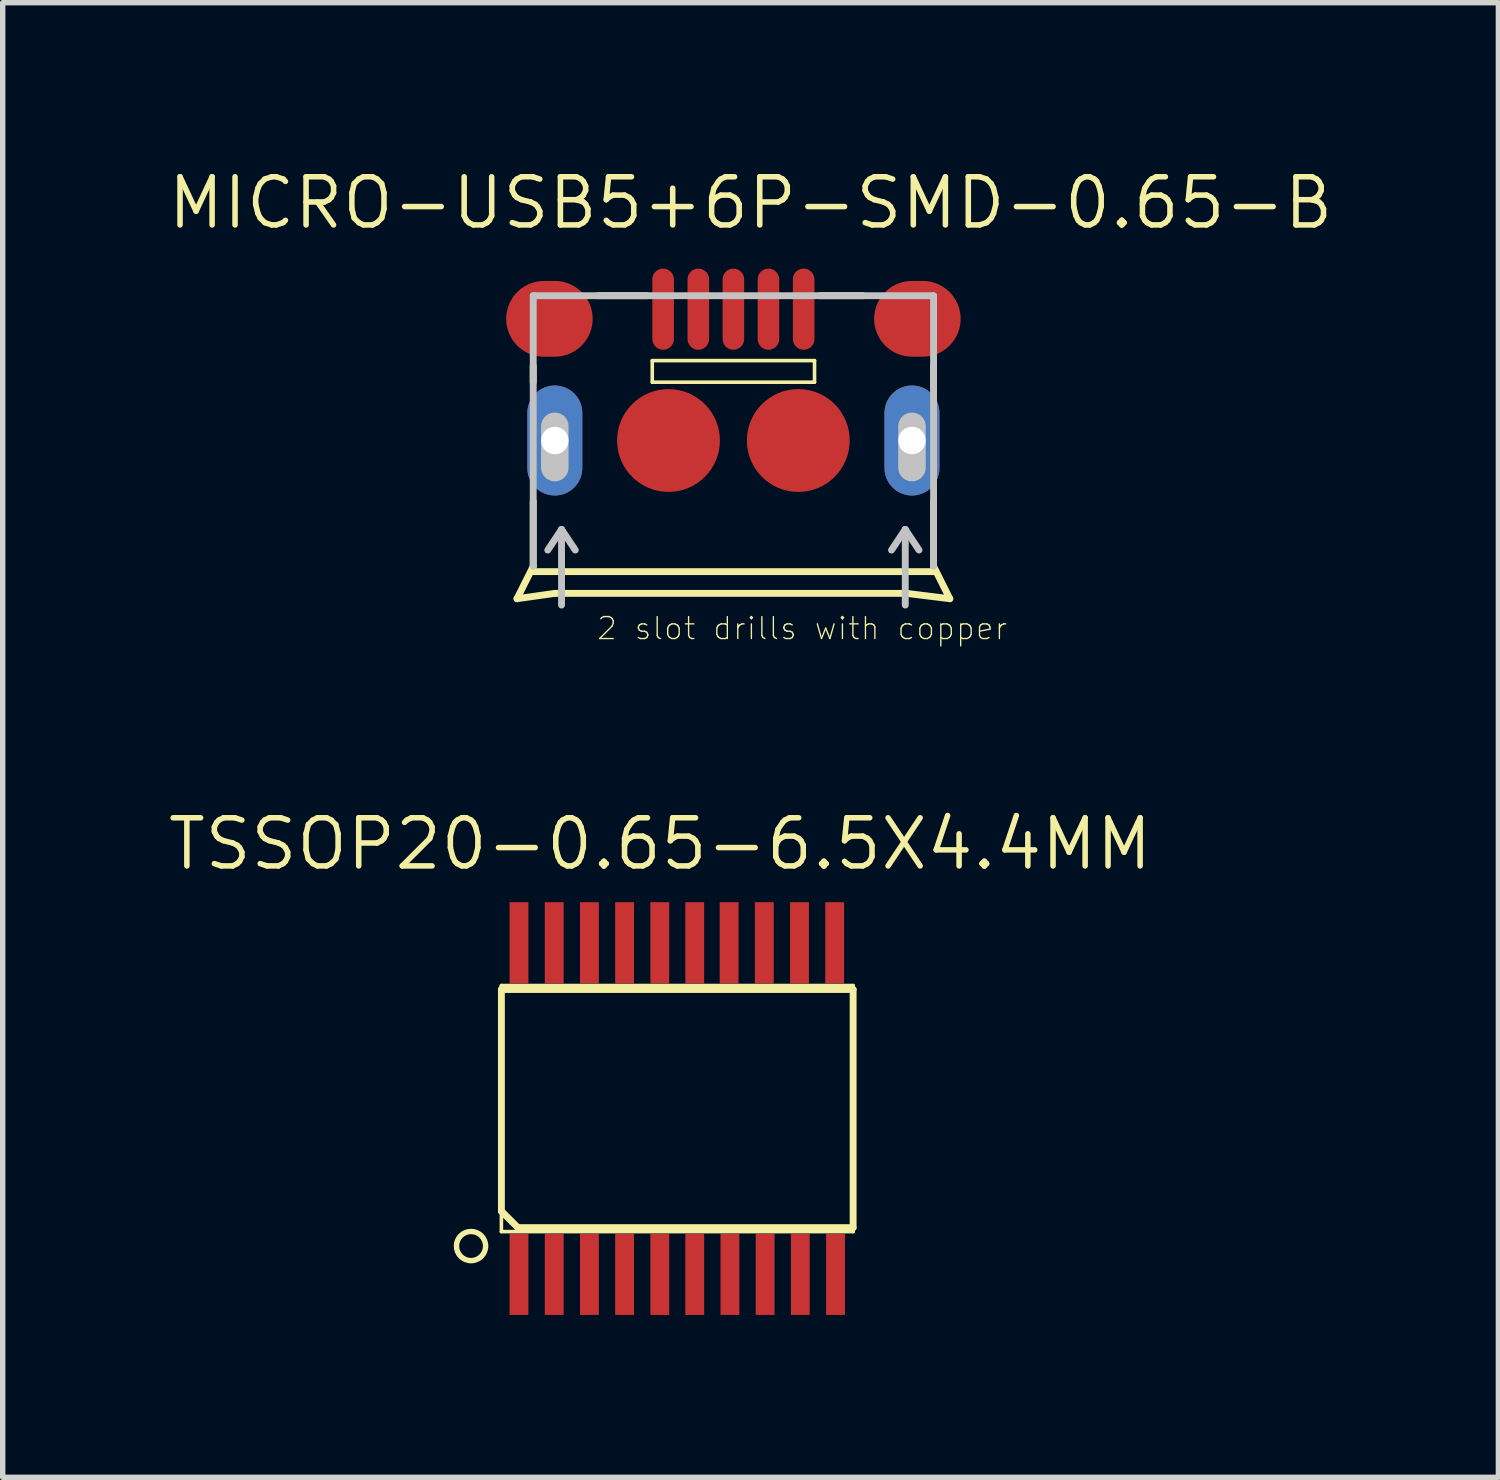
<source format=kicad_pcb>
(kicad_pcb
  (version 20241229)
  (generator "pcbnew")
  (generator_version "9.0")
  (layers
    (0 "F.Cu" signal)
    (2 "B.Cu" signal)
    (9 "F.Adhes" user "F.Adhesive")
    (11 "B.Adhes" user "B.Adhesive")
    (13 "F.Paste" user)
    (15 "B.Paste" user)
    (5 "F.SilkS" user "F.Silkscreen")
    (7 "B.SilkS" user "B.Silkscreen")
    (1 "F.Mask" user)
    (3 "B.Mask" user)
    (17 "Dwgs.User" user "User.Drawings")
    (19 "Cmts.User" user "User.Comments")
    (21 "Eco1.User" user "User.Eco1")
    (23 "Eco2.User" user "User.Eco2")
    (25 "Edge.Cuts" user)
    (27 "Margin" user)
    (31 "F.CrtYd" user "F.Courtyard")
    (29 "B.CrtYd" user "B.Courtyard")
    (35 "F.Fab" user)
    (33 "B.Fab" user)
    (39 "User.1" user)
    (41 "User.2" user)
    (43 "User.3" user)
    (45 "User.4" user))
  (footprint "MICRO-USB5+6P-SMD-0.65-B"
    (layer "F.Cu")
    (at 10.499 2.413)
    (property "Reference" "MICRO-USB5+6P-SMD-0.65-B" (at 0.318 -1.714 0) (layer "F.SilkS") (effects (font (size 0.889 0.889) (thickness 0.102))))
    (attr smd)
    (fp_line (start -3.698 1.598) (end -3.698 1.298) (stroke (width 0.127) (type solid)) (layer "F.SilkS"))
    (fp_line (start -3.698 4.999) (end -3.998 5.598) (stroke (width 0.127) (type solid)) (layer "F.SilkS"))
    (fp_line (start -3.698 4.999) (end -3.698 3.8) (stroke (width 0.127) (type solid)) (layer "F.SilkS"))
    (fp_line (start -3.698 5.098) (end 3.698 5.098) (stroke (width 0.127) (type solid)) (layer "F.SilkS"))
    (fp_line (start -3.299 5.499) (end -3.998 5.598) (stroke (width 0.127) (type solid)) (layer "F.SilkS"))
    (fp_line (start -3.299 5.499) (end 3.198 5.499) (stroke (width 0.127) (type solid)) (layer "F.SilkS"))
    (fp_line (start -1.598 0) (end -2.499 0) (stroke (width 0.127) (type solid)) (layer "F.SilkS"))
    (fp_line (start -1.499 1.199) (end 1.499 1.199) (stroke (width 0.066) (type solid)) (layer "F.SilkS"))
    (fp_line (start -1.499 1.598) (end -1.499 1.199) (stroke (width 0.066) (type solid)) (layer "F.SilkS"))
    (fp_line (start -1.499 1.598) (end 1.499 1.598) (stroke (width 0.066) (type solid)) (layer "F.SilkS"))
    (fp_line (start 1.499 1.598) (end 1.499 1.199) (stroke (width 0.066) (type solid)) (layer "F.SilkS"))
    (fp_line (start 1.598 0) (end 2.398 0) (stroke (width 0.127) (type solid)) (layer "F.SilkS"))
    (fp_line (start 3.198 5.499) (end 3.998 5.598) (stroke (width 0.127) (type solid)) (layer "F.SilkS"))
    (fp_line (start 3.698 1.298) (end 3.698 1.699) (stroke (width 0.127) (type solid)) (layer "F.SilkS"))
    (fp_line (start 3.698 3.8) (end 3.698 4.999) (stroke (width 0.127) (type solid)) (layer "F.SilkS"))
    (fp_line (start 3.698 4.999) (end 3.998 5.598) (stroke (width 0.127) (type solid)) (layer "F.SilkS"))
    (fp_line (start -3.698 0) (end 3.698 0) (stroke (width 0.127) (type solid)) (layer "Dwgs.User"))
    (fp_line (start -3.698 4.999) (end -3.698 0) (stroke (width 0.127) (type solid)) (layer "Dwgs.User"))
    (fp_line (start -3.299 2.413) (end -3.299 3.175) (stroke (width 0.508) (type solid)) (layer "Dwgs.User"))
    (fp_line (start -3.175 4.318) (end -3.429 4.699) (stroke (width 0.127) (type solid)) (layer "Dwgs.User"))
    (fp_line (start -3.175 4.318) (end -2.921 4.699) (stroke (width 0.127) (type solid)) (layer "Dwgs.User"))
    (fp_line (start -3.175 5.715) (end -3.175 4.318) (stroke (width 0.127) (type solid)) (layer "Dwgs.User"))
    (fp_line (start 3.175 4.318) (end 2.921 4.699) (stroke (width 0.127) (type solid)) (layer "Dwgs.User"))
    (fp_line (start 3.175 4.318) (end 3.429 4.699) (stroke (width 0.127) (type solid)) (layer "Dwgs.User"))
    (fp_line (start 3.175 5.715) (end 3.175 4.318) (stroke (width 0.127) (type solid)) (layer "Dwgs.User"))
    (fp_line (start 3.299 2.413) (end 3.299 3.175) (stroke (width 0.508) (type solid)) (layer "Dwgs.User"))
    (fp_line (start 3.698 0) (end 3.698 4.999) (stroke (width 0.127) (type solid)) (layer "Dwgs.User"))
    (fp_text user "2 slot drills with copper" (at 1.27 6.147 0) (layer "F.SilkS") (effects (font (size 0.406 0.406) (thickness 0.025))))
    (pad "1" smd oval (at -1.298 0.249 180) (size 0.399 1.499) (layers "F.Cu" "F.Mask" "F.Paste"))
    (pad "2" smd oval (at -0.648 0.249 180) (size 0.399 1.499) (layers "F.Cu" "F.Mask" "F.Paste"))
    (pad "3" smd oval (at 0 0.249 180) (size 0.399 1.499) (layers "F.Cu" "F.Mask" "F.Paste"))
    (pad "4" smd oval (at 0.648 0.249 180) (size 0.399 1.499) (layers "F.Cu" "F.Mask" "F.Paste"))
    (pad "5" smd oval (at 1.298 0.249 180) (size 0.399 1.499) (layers "F.Cu" "F.Mask" "F.Paste"))
    (pad "S1" smd oval (at -3.399 0.427 90) (size 1.4 1.598) (layers "F.Cu" "F.Mask" "F.Paste"))
    (pad "S2" thru_hole oval (at -3.299 2.675 180) (size 1.016 2.032) (drill 0.508) (layers "*.Cu" "*.Paste" "*.Mask"))
    (pad "S3" smd circle (at -1.199 2.675) (size 1.9 1.9) (layers "F.Cu" "F.Mask" "F.Paste"))
    (pad "S4" smd circle (at 1.199 2.675) (size 1.9 1.9) (layers "F.Cu" "F.Mask" "F.Paste"))
    (pad "S5" thru_hole oval (at 3.299 2.675 180) (size 1.016 2.032) (drill 0.508) (layers "*.Cu" "*.Paste" "*.Mask"))
    (pad "S6" smd oval (at 3.399 0.427 90) (size 1.4 1.598) (layers "F.Cu" "F.Mask" "F.Paste")))
  (footprint "TSSOP20-0.65-6.5X4.4MM"
    (layer "F.Cu")
    (at 9.462 17.43)
    (property "Reference" "TSSOP20-0.65-6.5X4.4MM" (at -0.318 -4.889 0) (layer "F.SilkS") (effects (font (size 0.889 0.889) (thickness 0.102))))
    (attr smd)
    (fp_line (start -3.249 -2.273) (end 3.249 -2.273) (stroke (width 0.066) (type solid)) (layer "F.SilkS"))
    (fp_line (start -3.249 -2.2) (end 3.249 -2.2) (stroke (width 0.127) (type solid)) (layer "F.SilkS"))
    (fp_line (start -3.249 1.895) (end -3.249 -2.2) (stroke (width 0.127) (type solid)) (layer "F.SilkS"))
    (fp_line (start -3.249 2.273) (end -3.249 -2.273) (stroke (width 0.066) (type solid)) (layer "F.SilkS"))
    (fp_line (start -3.249 2.273) (end 3.249 2.273) (stroke (width 0.066) (type solid)) (layer "F.SilkS"))
    (fp_line (start -2.944 2.2) (end -3.249 1.895) (stroke (width 0.127) (type solid)) (layer "F.SilkS"))
    (fp_line (start 3.249 -2.2) (end 3.249 2.2) (stroke (width 0.127) (type solid)) (layer "F.SilkS"))
    (fp_line (start 3.249 2.2) (end -2.944 2.2) (stroke (width 0.127) (type solid)) (layer "F.SilkS"))
    (fp_line (start 3.249 2.273) (end 3.249 -2.273) (stroke (width 0.066) (type solid)) (layer "F.SilkS"))
    (fp_circle (center -3.81 2.54) (end -4 2.731) (stroke (width 0.1) (type solid)) (fill no) (layer "F.SilkS"))
    (pad "1" smd rect (at -2.924 3.063 90) (size 1.499 0.348) (layers "F.Cu" "F.Mask" "F.Paste"))
    (pad "2" smd rect (at -2.273 3.063 90) (size 1.499 0.348) (layers "F.Cu" "F.Mask" "F.Paste"))
    (pad "3" smd rect (at -1.623 3.063 90) (size 1.499 0.348) (layers "F.Cu" "F.Mask" "F.Paste"))
    (pad "4" smd rect (at -0.973 3.063 90) (size 1.499 0.348) (layers "F.Cu" "F.Mask" "F.Paste"))
    (pad "5" smd rect (at -0.323 3.063 90) (size 1.499 0.348) (layers "F.Cu" "F.Mask" "F.Paste"))
    (pad "6" smd rect (at 0.323 3.063 90) (size 1.499 0.348) (layers "F.Cu" "F.Mask" "F.Paste"))
    (pad "7" smd rect (at 0.973 3.063 90) (size 1.499 0.348) (layers "F.Cu" "F.Mask" "F.Paste"))
    (pad "8" smd rect (at 1.623 3.063 90) (size 1.499 0.348) (layers "F.Cu" "F.Mask" "F.Paste"))
    (pad "9" smd rect (at 2.273 3.063 90) (size 1.499 0.348) (layers "F.Cu" "F.Mask" "F.Paste"))
    (pad "10" smd rect (at 2.924 3.063 90) (size 1.499 0.348) (layers "F.Cu" "F.Mask" "F.Paste"))
    (pad "11" smd rect (at 2.908 -3.063 90) (size 1.499 0.348) (layers "F.Cu" "F.Mask" "F.Paste"))
    (pad "12" smd rect (at 2.258 -3.063 90) (size 1.499 0.348) (layers "F.Cu" "F.Mask" "F.Paste"))
    (pad "13" smd rect (at 1.608 -3.063 90) (size 1.499 0.348) (layers "F.Cu" "F.Mask" "F.Paste"))
    (pad "14" smd rect (at 0.958 -3.063 90) (size 1.499 0.348) (layers "F.Cu" "F.Mask" "F.Paste"))
    (pad "15" smd rect (at 0.323 -3.063 90) (size 1.499 0.348) (layers "F.Cu" "F.Mask" "F.Paste"))
    (pad "16" smd rect (at -0.323 -3.063 90) (size 1.499 0.348) (layers "F.Cu" "F.Mask" "F.Paste"))
    (pad "17" smd rect (at -0.973 -3.063 90) (size 1.499 0.348) (layers "F.Cu" "F.Mask" "F.Paste"))
    (pad "18" smd rect (at -1.623 -3.063 90) (size 1.499 0.348) (layers "F.Cu" "F.Mask" "F.Paste"))
    (pad "19" smd rect (at -2.273 -3.063 90) (size 1.499 0.348) (layers "F.Cu" "F.Mask" "F.Paste"))
    (pad "20" smd rect (at -2.924 -3.063 90) (size 1.499 0.348) (layers "F.Cu" "F.Mask" "F.Paste")))
  (gr_rect
    (start -3 -3)
    (end 24.632 24.242)
    (stroke (width 0.1) (type default))
    (fill no)
    (layer "Edge.Cuts")))
</source>
